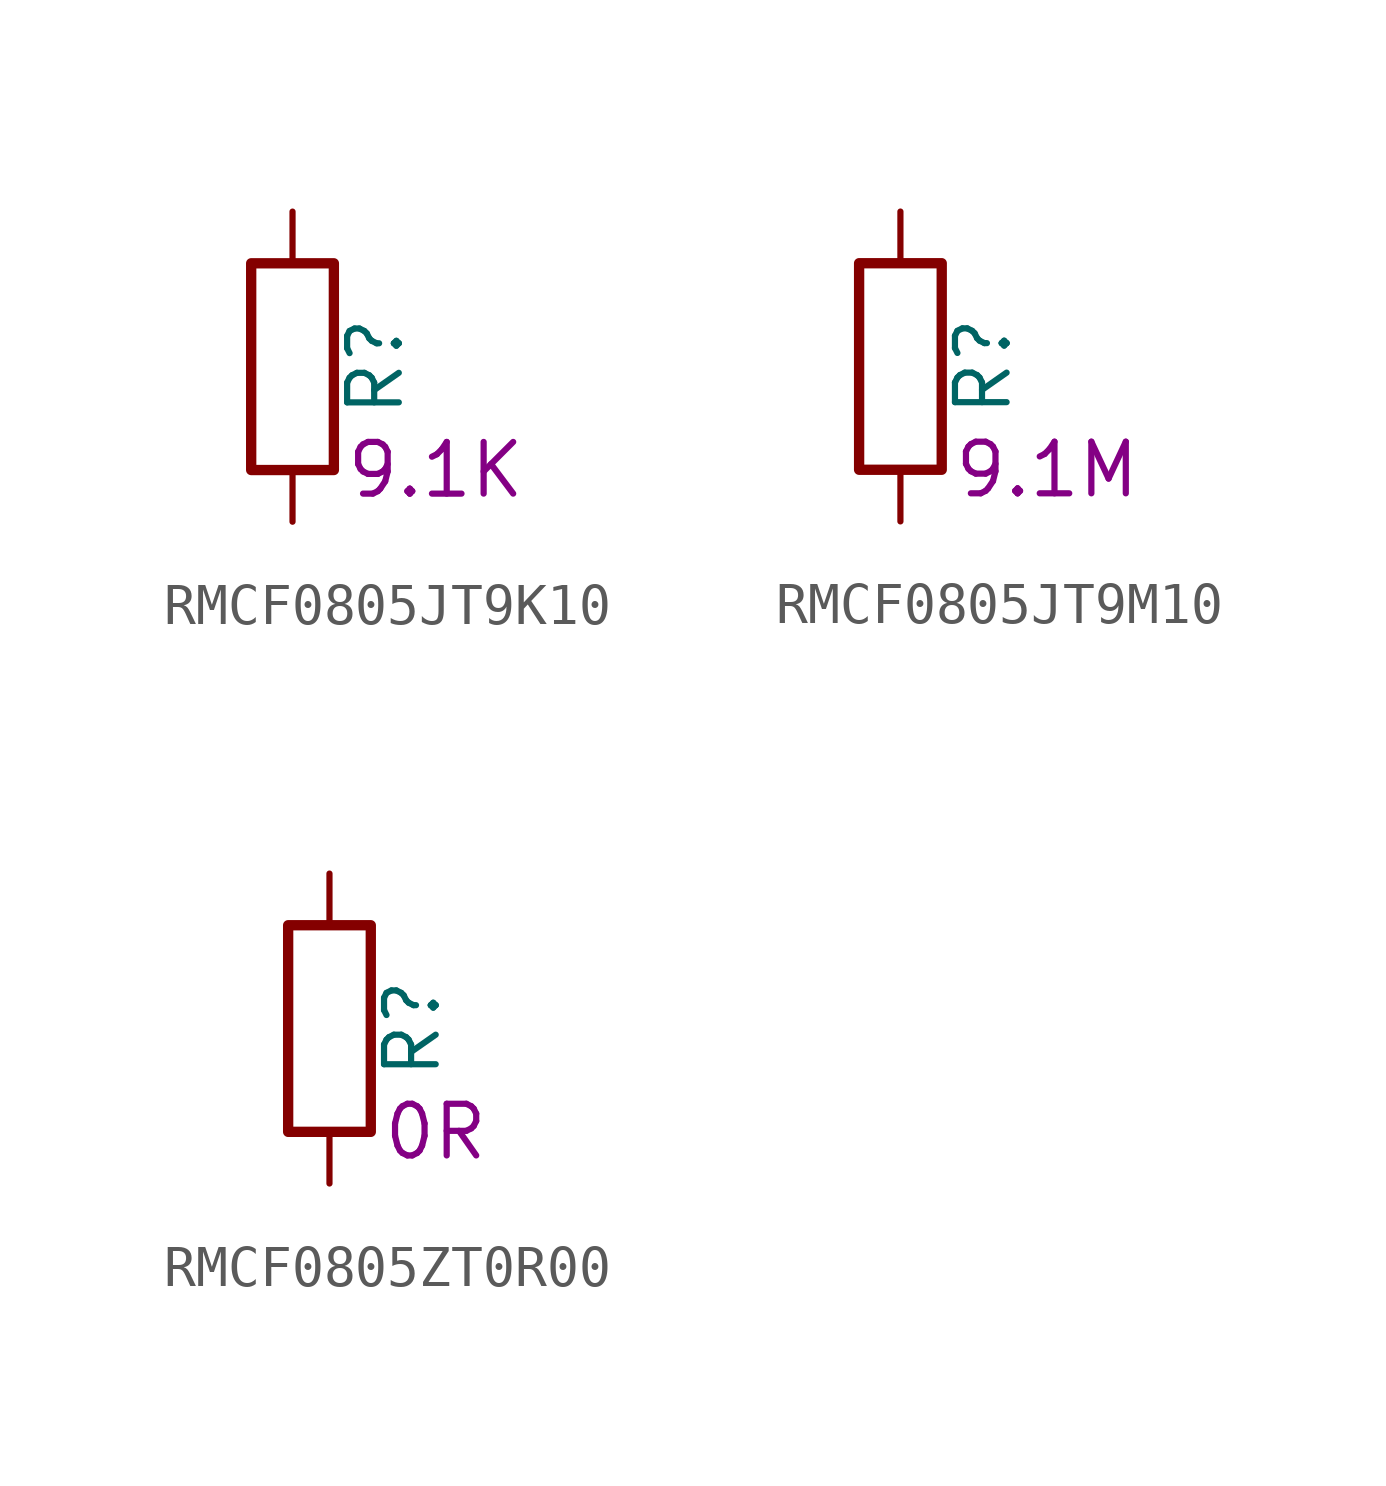
<source format=kicad_sym>
(kicad_symbol_lib
  (version 20220914)
  (generator kicad_symbol_editor)
  (symbol "RMCF0805JT9K10"
    (pin_numbers hide)
    (pin_names
      (offset 0))
    (property "Reference" "R"
      (at 2.032 0 90)
      (effects (font (size 1.27 1.27))))
    (property "Resistance" "9.1K"
      (at 1.27 -2.54 0)
      (effects (font (size 1.27 1.27)) (justify left)))
    (symbol "RMCF0805JT9K10_0_1"
      (rectangle (start -1.016 -2.54) (end 1.016 2.54) (stroke (width 0.254) (type default)) (fill (type none))))
    (symbol "RMCF0805JT9K10_1_1"
      (pin passive line (at 0 3.81 270) (length 1.27) (name "~" (effects (font (size 1.27 1.27)))) (number "1" (effects (font (size 1.27 1.27)))))
      (pin passive line (at 0 -3.81 90) (length 1.27) (name "~" (effects (font (size 1.27 1.27)))) (number "2" (effects (font (size 1.27 1.27)))))))
  (symbol "RMCF0805JT9M10"
    (pin_numbers hide)
    (pin_names
      (offset 0))
    (property "Reference" "R"
      (at 2.032 0 90)
      (effects (font (size 1.27 1.27))))
    (property "Resistance" "9.1M"
      (at 1.27 -2.54 0)
      (effects (font (size 1.27 1.27)) (justify left)))
    (symbol "RMCF0805JT9M10_0_1"
      (rectangle (start -1.016 -2.54) (end 1.016 2.54) (stroke (width 0.254) (type default)) (fill (type none))))
    (symbol "RMCF0805JT9M10_1_1"
      (pin passive line (at 0 3.81 270) (length 1.27) (name "~" (effects (font (size 1.27 1.27)))) (number "1" (effects (font (size 1.27 1.27)))))
      (pin passive line (at 0 -3.81 90) (length 1.27) (name "~" (effects (font (size 1.27 1.27)))) (number "2" (effects (font (size 1.27 1.27)))))))
  (symbol "RMCF0805ZT0R00"
    (pin_numbers hide)
    (pin_names
      (offset 0))
    (property "Reference" "R"
      (at 2.032 0 90)
      (effects (font (size 1.27 1.27))))
    (property "Resistance" "0R"
      (at 1.27 -2.54 0)
      (effects (font (size 1.27 1.27)) (justify left)))
    (symbol "RMCF0805ZT0R00_0_1"
      (rectangle (start -1.016 -2.54) (end 1.016 2.54) (stroke (width 0.254) (type default)) (fill (type none))))
    (symbol "RMCF0805ZT0R00_1_1"
      (pin passive line (at 0 3.81 270) (length 1.27) (name "~" (effects (font (size 1.27 1.27)))) (number "1" (effects (font (size 1.27 1.27)))))
      (pin passive line (at 0 -3.81 90) (length 1.27) (name "~" (effects (font (size 1.27 1.27)))) (number "2" (effects (font (size 1.27 1.27))))))))
</source>
